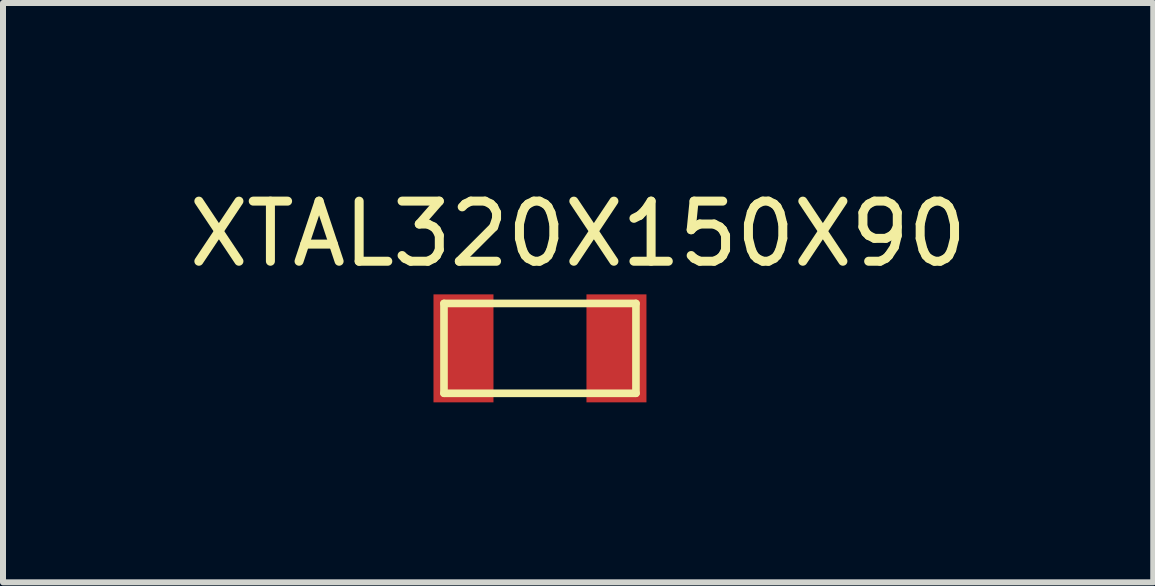
<source format=kicad_pcb>
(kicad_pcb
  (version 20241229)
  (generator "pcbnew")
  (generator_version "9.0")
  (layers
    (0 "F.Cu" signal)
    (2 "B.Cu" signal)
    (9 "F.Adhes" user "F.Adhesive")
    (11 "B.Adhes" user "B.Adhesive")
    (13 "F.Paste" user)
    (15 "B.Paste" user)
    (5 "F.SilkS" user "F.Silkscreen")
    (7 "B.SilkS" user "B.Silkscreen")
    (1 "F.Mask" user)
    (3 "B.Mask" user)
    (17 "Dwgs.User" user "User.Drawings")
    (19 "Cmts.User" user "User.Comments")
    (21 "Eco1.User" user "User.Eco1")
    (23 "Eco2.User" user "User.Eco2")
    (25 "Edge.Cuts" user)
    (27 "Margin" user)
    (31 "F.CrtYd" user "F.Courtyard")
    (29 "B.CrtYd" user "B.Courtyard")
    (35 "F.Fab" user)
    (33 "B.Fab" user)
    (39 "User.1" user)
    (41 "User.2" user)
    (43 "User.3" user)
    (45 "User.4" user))
  (footprint "XTAL320X150X90"
    (layer "F.Cu")
    (at 5.951 2.757)
    (property "Reference" "XTAL320X150X90" (at 0.636 -1.908 0) (layer "F.SilkS") (effects (font (size 1.002 1.002) (thickness 0.15))))
    (attr smd)
    (fp_line (start -1.6 -0.749) (end 1.6 -0.749) (stroke (width 0.127) (type solid)) (layer "F.SilkS"))
    (fp_line (start -1.6 0.749) (end -1.6 -0.749) (stroke (width 0.127) (type solid)) (layer "F.SilkS"))
    (fp_line (start 1.6 -0.749) (end 1.6 0.749) (stroke (width 0.127) (type solid)) (layer "F.SilkS"))
    (fp_line (start 1.6 0.749) (end -1.6 0.749) (stroke (width 0.127) (type solid)) (layer "F.SilkS"))
    (pad "1" smd rect (at -1.275 0) (size 1 1.8) (layers "F.Cu" "F.Mask" "F.Paste"))
    (pad "2" smd rect (at 1.275 0) (size 1 1.8) (layers "F.Cu" "F.Mask" "F.Paste")))
  (gr_rect
    (start -3 -3)
    (end 16.174 6.657)
    (stroke (width 0.1) (type default))
    (fill no)
    (layer "Edge.Cuts")))
</source>
